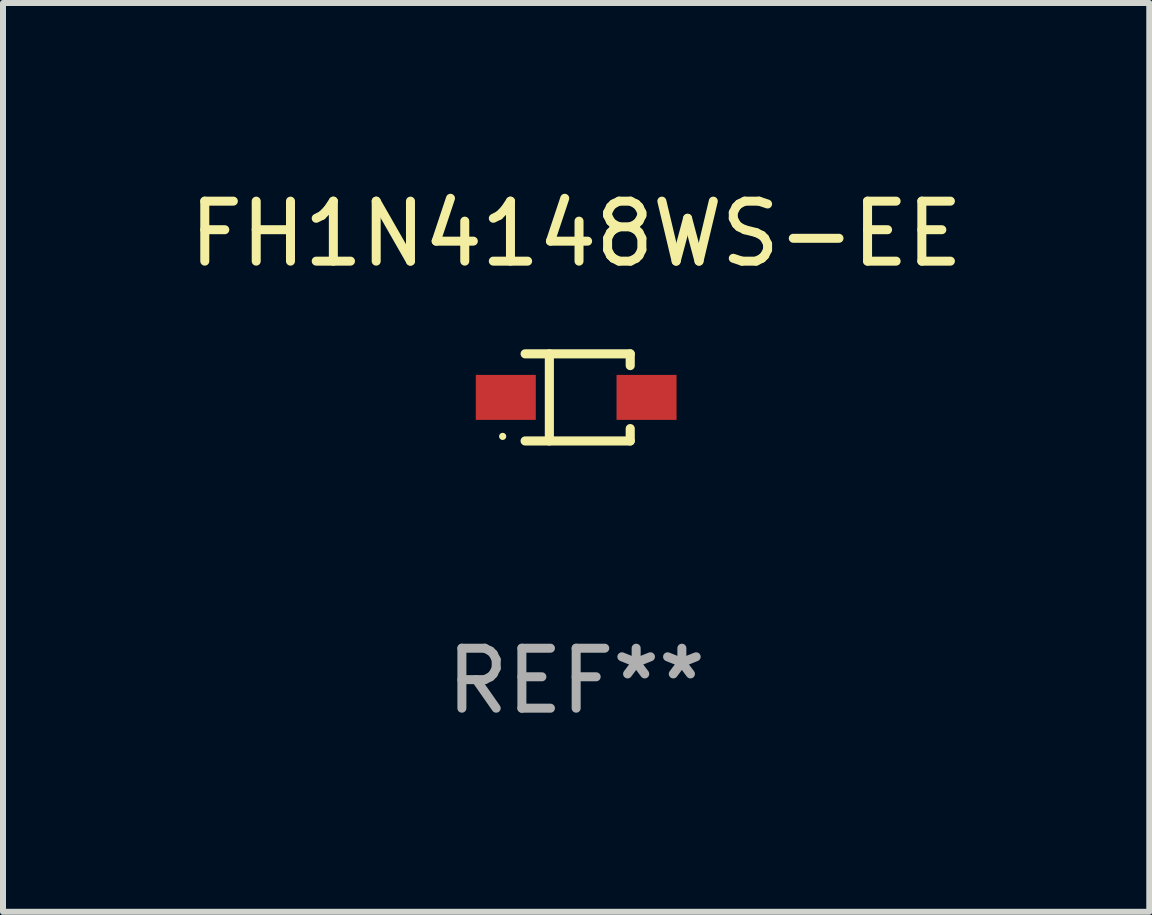
<source format=kicad_pcb>
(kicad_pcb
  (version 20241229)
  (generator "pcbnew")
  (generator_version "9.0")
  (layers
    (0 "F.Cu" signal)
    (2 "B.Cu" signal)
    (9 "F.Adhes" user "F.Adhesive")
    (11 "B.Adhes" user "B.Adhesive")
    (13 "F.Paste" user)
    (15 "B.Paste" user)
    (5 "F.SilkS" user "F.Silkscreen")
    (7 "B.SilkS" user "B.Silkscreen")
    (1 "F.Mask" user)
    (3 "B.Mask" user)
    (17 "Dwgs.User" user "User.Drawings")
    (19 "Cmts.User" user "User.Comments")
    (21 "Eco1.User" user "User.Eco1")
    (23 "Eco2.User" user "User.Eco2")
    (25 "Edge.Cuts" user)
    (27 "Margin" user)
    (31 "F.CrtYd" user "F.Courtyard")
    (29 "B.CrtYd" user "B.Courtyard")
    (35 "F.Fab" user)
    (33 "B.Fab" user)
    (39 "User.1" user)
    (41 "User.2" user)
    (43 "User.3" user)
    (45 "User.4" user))
  (footprint "FH1N4148WS-EE"
    (layer "F.Cu")
    (at 6.554 3.574)
    (property "Reference" "FH1N4148WS-EE" (at 0 -2.726 0) (layer "F.SilkS") (effects (font (size 1 1) (thickness 0.15))))
    (attr through_hole)
    (fp_line (start -0.851 -0.726) (end 0.901 -0.726) (stroke (width 0.152) (type solid)) (layer "F.SilkS"))
    (fp_line (start -0.851 0.726) (end 0.901 0.726) (stroke (width 0.152) (type solid)) (layer "F.SilkS"))
    (fp_line (start -0.447 -0.726) (end -0.447 0.726) (stroke (width 0.152) (type solid)) (layer "F.SilkS"))
    (fp_line (start 0.901 -0.726) (end 0.901 -0.53) (stroke (width 0.152) (type solid)) (layer "F.SilkS"))
    (fp_line (start 0.901 0.726) (end 0.901 0.52) (stroke (width 0.152) (type solid)) (layer "F.SilkS"))
    (fp_circle (center -1.225 0.65) (end -1.195 0.65) (stroke (width 0.06) (type solid)) (fill no) (layer "F.SilkS"))
    (fp_text user "REF**" (at 0 4.726 0) (layer "F.Fab") (effects (font (size 1 1) (thickness 0.15))))
    (pad "1" smd rect (at -1.173 0) (size 1 0.75) (layers "F.Cu" "F.Mask" "F.Paste"))
    (pad "2" smd rect (at 1.173 0) (size 1 0.75) (layers "F.Cu" "F.Mask" "F.Paste")))
  (gr_rect
    (start -3 -3)
    (end 16.107 12.149)
    (stroke (width 0.1) (type default))
    (fill no)
    (layer "Edge.Cuts")))
</source>
